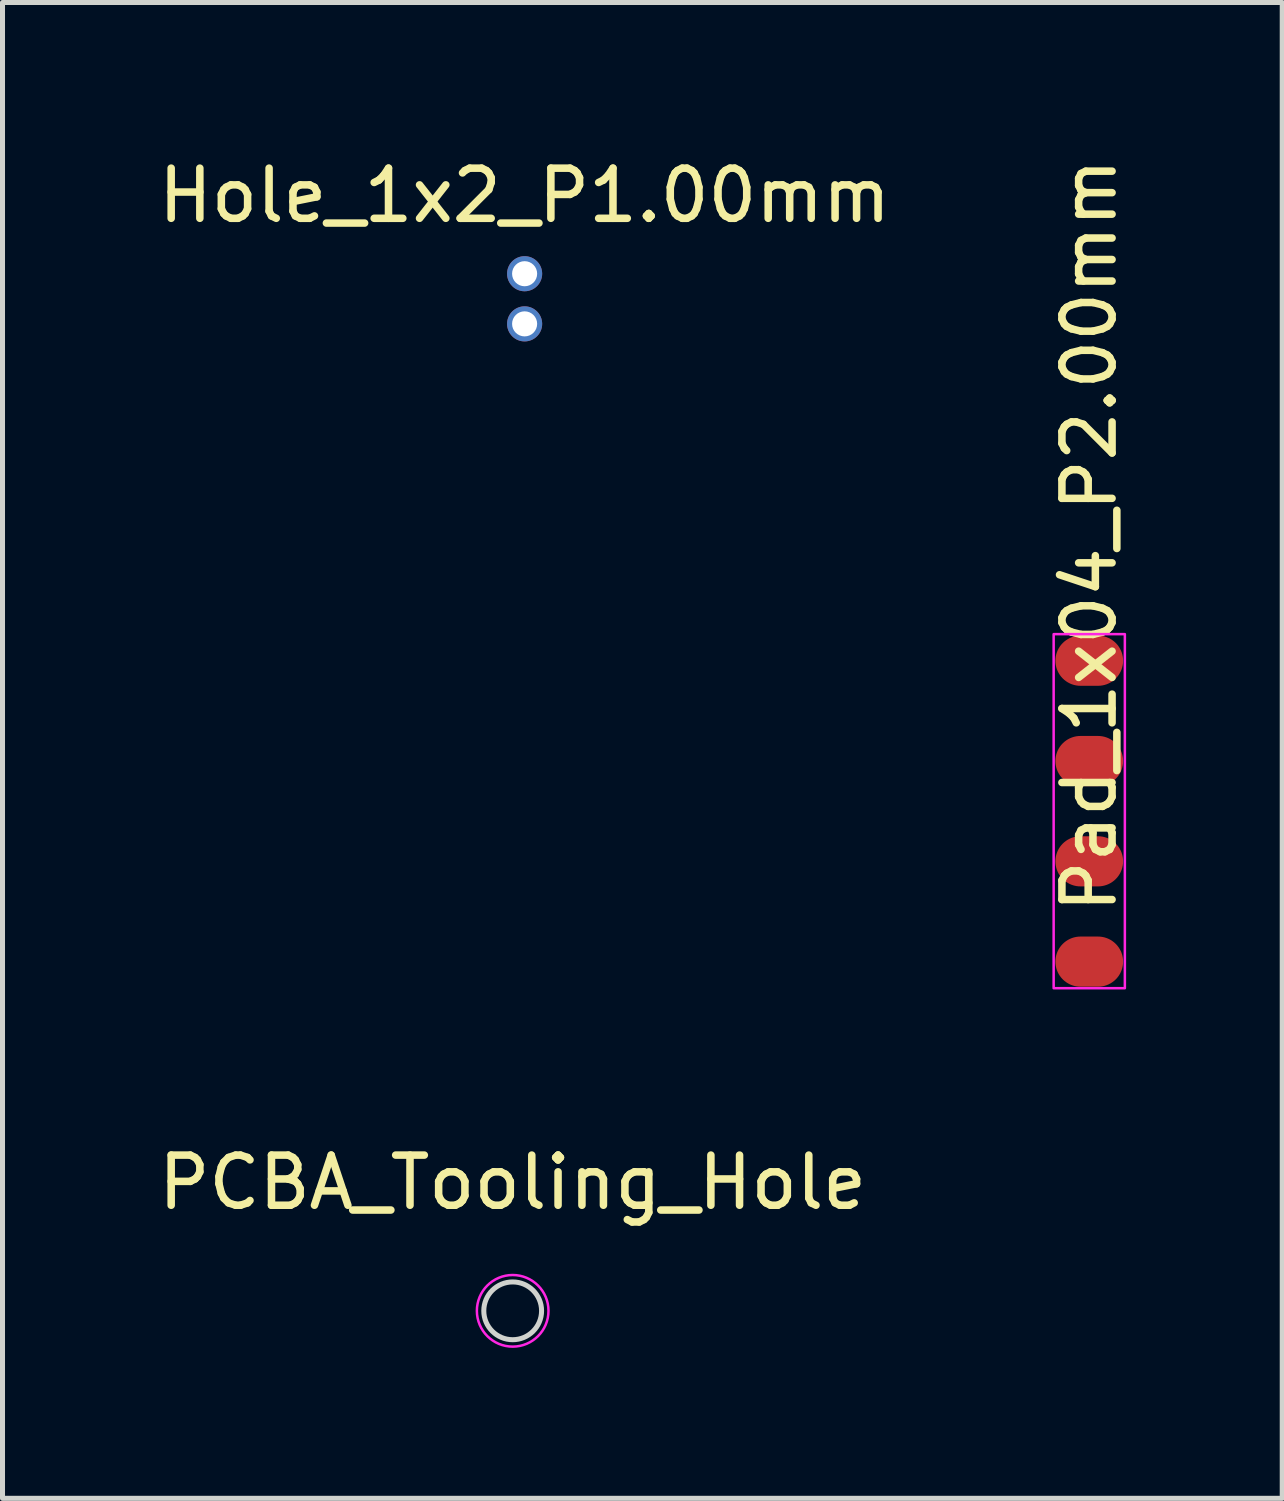
<source format=kicad_pcb>
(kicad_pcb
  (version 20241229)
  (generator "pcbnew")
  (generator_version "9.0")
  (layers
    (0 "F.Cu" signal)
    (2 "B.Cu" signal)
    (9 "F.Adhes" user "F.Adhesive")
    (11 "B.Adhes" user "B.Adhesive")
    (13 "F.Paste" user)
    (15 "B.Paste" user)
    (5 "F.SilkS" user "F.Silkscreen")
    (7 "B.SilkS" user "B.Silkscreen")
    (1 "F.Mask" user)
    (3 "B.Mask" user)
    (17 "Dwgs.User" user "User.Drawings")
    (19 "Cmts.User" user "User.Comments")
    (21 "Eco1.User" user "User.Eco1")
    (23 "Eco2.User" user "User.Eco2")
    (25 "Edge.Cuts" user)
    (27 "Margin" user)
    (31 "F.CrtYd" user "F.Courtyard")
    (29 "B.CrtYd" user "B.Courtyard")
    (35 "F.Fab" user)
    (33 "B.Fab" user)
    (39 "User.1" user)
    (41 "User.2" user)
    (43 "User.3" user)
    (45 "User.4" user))
  (footprint "PCBA_Tooling_Hole"
    (layer "F.Cu")
    (at 7.173 23.088)
    (property "Reference" "PCBA_Tooling_Hole" (at 0 -2.56 0) (layer "F.SilkS") (effects (font (size 1 1) (thickness 0.15))))
    (attr through_hole)
    (fp_circle (center -0.01 0) (end 0.64 0) (stroke (width 0.1) (type solid)) (fill yes) (layer "F.Mask"))
    (fp_circle (center -0.01 0) (end 0.64 0) (stroke (width 0.1) (type solid)) (fill yes) (layer "B.Mask"))
    (fp_circle (center 0 0) (end 0.576 0) (stroke (width 0.1) (type default)) (fill no) (layer "Edge.Cuts"))
    (fp_circle (center 0 0) (end 0.714 0) (stroke (width 0.05) (type default)) (fill no) (layer "F.CrtYd")))
  (footprint "Pad_1x04_P2.00mm"
    (layer "F.Cu")
    (at 18.67 10.125)
    (property "Reference" "Pad_1x04_P2.00mm" (at 0 -2.5 90) (layer "F.SilkS") (effects (font (size 1 1) (thickness 0.15))))
    (fp_rect (start -0.71 -0.53) (end 0.71 6.53) (stroke (width 0.05) (type default)) (fill no) (layer "F.CrtYd"))
    (pad "1" smd oval (at 0 6) (size 1.35 1) (layers "F.Cu" "F.Mask" "F.Paste"))
    (pad "2" smd oval (at 0 4) (size 1.35 1) (layers "F.Cu" "F.Mask" "F.Paste"))
    (pad "3" smd oval (at 0 2) (size 1.35 1) (layers "F.Cu" "F.Mask" "F.Paste"))
    (pad "4" smd oval (at 0 0) (size 1.35 1) (layers "F.Cu" "F.Mask" "F.Paste")))
  (footprint "Hole_1x2_P1.00mm"
    (layer "F.Cu")
    (at 7.411 2.408)
    (property "Reference" "Hole_1x2_P1.00mm" (at 0 -1.56 0) (layer "F.SilkS") (effects (font (size 1 1) (thickness 0.15))))
    (attr through_hole)
    (pad "" thru_hole circle (at 0 0) (size 0.7 0.7) (drill 0.5) (layers "*.Cu" "*.Mask"))
    (pad "" thru_hole circle (at 0 1) (size 0.7 0.7) (drill 0.5) (layers "*.Cu" "*.Mask")))
  (gr_rect
    (start -3 -3)
    (end 22.518 26.827)
    (stroke (width 0.1) (type default))
    (fill no)
    (layer "Edge.Cuts")))
</source>
